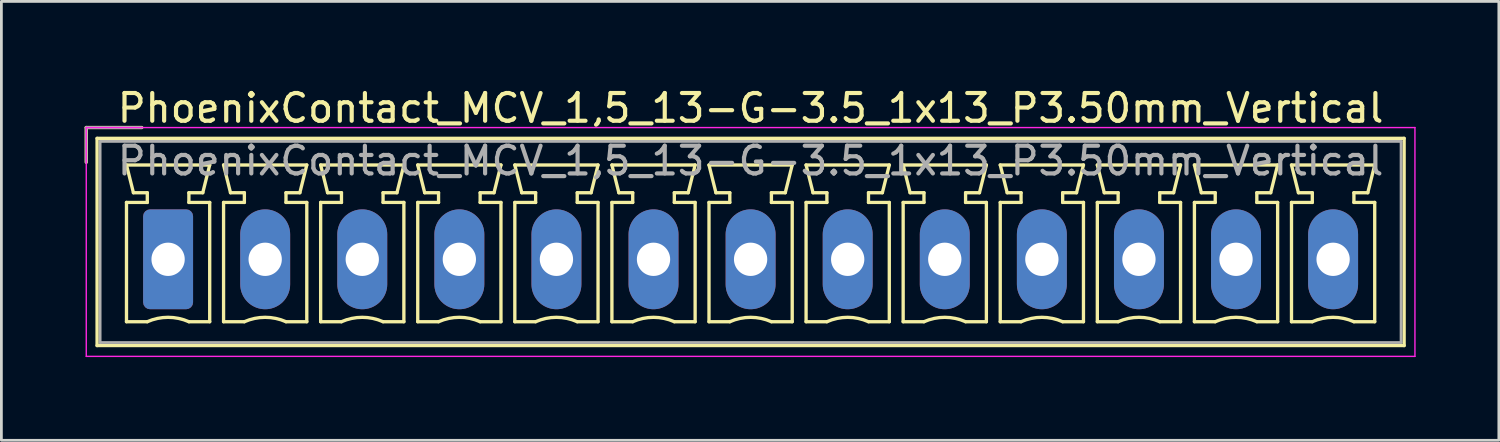
<source format=kicad_pcb>
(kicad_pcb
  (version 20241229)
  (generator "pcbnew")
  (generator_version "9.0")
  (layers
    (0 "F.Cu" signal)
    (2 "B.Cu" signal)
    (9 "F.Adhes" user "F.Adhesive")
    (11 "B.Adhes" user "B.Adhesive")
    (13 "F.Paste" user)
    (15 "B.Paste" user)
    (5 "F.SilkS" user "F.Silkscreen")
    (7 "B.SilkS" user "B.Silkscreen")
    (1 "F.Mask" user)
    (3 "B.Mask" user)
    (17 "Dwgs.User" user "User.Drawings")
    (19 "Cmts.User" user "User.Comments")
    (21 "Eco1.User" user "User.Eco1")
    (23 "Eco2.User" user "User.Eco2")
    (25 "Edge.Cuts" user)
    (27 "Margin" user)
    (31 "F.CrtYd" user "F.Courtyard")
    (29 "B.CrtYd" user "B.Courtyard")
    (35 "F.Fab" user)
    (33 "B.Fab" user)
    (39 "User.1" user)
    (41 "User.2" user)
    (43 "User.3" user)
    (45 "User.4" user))
  (footprint "PhoenixContact_MCV_1,5_13-G-3.5_1x13_P3.50mm_Vertical"
    (layer "F.Cu")
    (at 3.01 6.298)
    (property "Reference" "PhoenixContact_MCV_1,5_13-G-3.5_1x13_P3.50mm_Vertical" (at 21 -5.45 0) (layer "F.SilkS") (effects (font (size 1 1) (thickness 0.15))))
    (attr through_hole)
    (fp_line (start -2.95 -4.75) (end -0.95 -4.75) (stroke (width 0.12) (type solid)) (layer "F.SilkS"))
    (fp_line (start -2.95 -3.5) (end -2.95 -4.75) (stroke (width 0.12) (type solid)) (layer "F.SilkS"))
    (fp_line (start -2.56 -4.36) (end -2.56 3.11) (stroke (width 0.12) (type solid)) (layer "F.SilkS"))
    (fp_line (start -2.56 3.11) (end 44.56 3.11) (stroke (width 0.12) (type solid)) (layer "F.SilkS"))
    (fp_line (start -1.5 -3.4) (end 1.5 -3.4) (stroke (width 0.12) (type solid)) (layer "F.SilkS"))
    (fp_line (start -1.5 -2.05) (end -0.75 -2.05) (stroke (width 0.12) (type solid)) (layer "F.SilkS"))
    (fp_line (start -1.5 2.25) (end -1.5 -2.05) (stroke (width 0.12) (type solid)) (layer "F.SilkS"))
    (fp_line (start -1.25 -2.4) (end -1.5 -3.4) (stroke (width 0.12) (type solid)) (layer "F.SilkS"))
    (fp_line (start -0.75 -2.4) (end -1.25 -2.4) (stroke (width 0.12) (type solid)) (layer "F.SilkS"))
    (fp_line (start -0.75 -2.05) (end -0.75 -2.4) (stroke (width 0.12) (type solid)) (layer "F.SilkS"))
    (fp_line (start -0.75 2.25) (end -1.5 2.25) (stroke (width 0.12) (type solid)) (layer "F.SilkS"))
    (fp_line (start 0.75 -2.4) (end 0.75 -2.05) (stroke (width 0.12) (type solid)) (layer "F.SilkS"))
    (fp_line (start 0.75 -2.05) (end 1.5 -2.05) (stroke (width 0.12) (type solid)) (layer "F.SilkS"))
    (fp_line (start 1.25 -2.4) (end 0.75 -2.4) (stroke (width 0.12) (type solid)) (layer "F.SilkS"))
    (fp_line (start 1.5 -3.4) (end 1.25 -2.4) (stroke (width 0.12) (type solid)) (layer "F.SilkS"))
    (fp_line (start 1.5 -2.05) (end 1.5 2.25) (stroke (width 0.12) (type solid)) (layer "F.SilkS"))
    (fp_line (start 1.5 2.25) (end 0.75 2.25) (stroke (width 0.12) (type solid)) (layer "F.SilkS"))
    (fp_line (start 2 -3.4) (end 5 -3.4) (stroke (width 0.12) (type solid)) (layer "F.SilkS"))
    (fp_line (start 2 -2.05) (end 2.75 -2.05) (stroke (width 0.12) (type solid)) (layer "F.SilkS"))
    (fp_line (start 2 2.25) (end 2 -2.05) (stroke (width 0.12) (type solid)) (layer "F.SilkS"))
    (fp_line (start 2.25 -2.4) (end 2 -3.4) (stroke (width 0.12) (type solid)) (layer "F.SilkS"))
    (fp_line (start 2.75 -2.4) (end 2.25 -2.4) (stroke (width 0.12) (type solid)) (layer "F.SilkS"))
    (fp_line (start 2.75 -2.05) (end 2.75 -2.4) (stroke (width 0.12) (type solid)) (layer "F.SilkS"))
    (fp_line (start 2.75 2.25) (end 2 2.25) (stroke (width 0.12) (type solid)) (layer "F.SilkS"))
    (fp_line (start 4.25 -2.4) (end 4.25 -2.05) (stroke (width 0.12) (type solid)) (layer "F.SilkS"))
    (fp_line (start 4.25 -2.05) (end 5 -2.05) (stroke (width 0.12) (type solid)) (layer "F.SilkS"))
    (fp_line (start 4.75 -2.4) (end 4.25 -2.4) (stroke (width 0.12) (type solid)) (layer "F.SilkS"))
    (fp_line (start 5 -3.4) (end 4.75 -2.4) (stroke (width 0.12) (type solid)) (layer "F.SilkS"))
    (fp_line (start 5 -2.05) (end 5 2.25) (stroke (width 0.12) (type solid)) (layer "F.SilkS"))
    (fp_line (start 5 2.25) (end 4.25 2.25) (stroke (width 0.12) (type solid)) (layer "F.SilkS"))
    (fp_line (start 5.5 -3.4) (end 8.5 -3.4) (stroke (width 0.12) (type solid)) (layer "F.SilkS"))
    (fp_line (start 5.5 -2.05) (end 6.25 -2.05) (stroke (width 0.12) (type solid)) (layer "F.SilkS"))
    (fp_line (start 5.5 2.25) (end 5.5 -2.05) (stroke (width 0.12) (type solid)) (layer "F.SilkS"))
    (fp_line (start 5.75 -2.4) (end 5.5 -3.4) (stroke (width 0.12) (type solid)) (layer "F.SilkS"))
    (fp_line (start 6.25 -2.4) (end 5.75 -2.4) (stroke (width 0.12) (type solid)) (layer "F.SilkS"))
    (fp_line (start 6.25 -2.05) (end 6.25 -2.4) (stroke (width 0.12) (type solid)) (layer "F.SilkS"))
    (fp_line (start 6.25 2.25) (end 5.5 2.25) (stroke (width 0.12) (type solid)) (layer "F.SilkS"))
    (fp_line (start 7.75 -2.4) (end 7.75 -2.05) (stroke (width 0.12) (type solid)) (layer "F.SilkS"))
    (fp_line (start 7.75 -2.05) (end 8.5 -2.05) (stroke (width 0.12) (type solid)) (layer "F.SilkS"))
    (fp_line (start 8.25 -2.4) (end 7.75 -2.4) (stroke (width 0.12) (type solid)) (layer "F.SilkS"))
    (fp_line (start 8.5 -3.4) (end 8.25 -2.4) (stroke (width 0.12) (type solid)) (layer "F.SilkS"))
    (fp_line (start 8.5 -2.05) (end 8.5 2.25) (stroke (width 0.12) (type solid)) (layer "F.SilkS"))
    (fp_line (start 8.5 2.25) (end 7.75 2.25) (stroke (width 0.12) (type solid)) (layer "F.SilkS"))
    (fp_line (start 9 -3.4) (end 12 -3.4) (stroke (width 0.12) (type solid)) (layer "F.SilkS"))
    (fp_line (start 9 -2.05) (end 9.75 -2.05) (stroke (width 0.12) (type solid)) (layer "F.SilkS"))
    (fp_line (start 9 2.25) (end 9 -2.05) (stroke (width 0.12) (type solid)) (layer "F.SilkS"))
    (fp_line (start 9.25 -2.4) (end 9 -3.4) (stroke (width 0.12) (type solid)) (layer "F.SilkS"))
    (fp_line (start 9.75 -2.4) (end 9.25 -2.4) (stroke (width 0.12) (type solid)) (layer "F.SilkS"))
    (fp_line (start 9.75 -2.05) (end 9.75 -2.4) (stroke (width 0.12) (type solid)) (layer "F.SilkS"))
    (fp_line (start 9.75 2.25) (end 9 2.25) (stroke (width 0.12) (type solid)) (layer "F.SilkS"))
    (fp_line (start 11.25 -2.4) (end 11.25 -2.05) (stroke (width 0.12) (type solid)) (layer "F.SilkS"))
    (fp_line (start 11.25 -2.05) (end 12 -2.05) (stroke (width 0.12) (type solid)) (layer "F.SilkS"))
    (fp_line (start 11.75 -2.4) (end 11.25 -2.4) (stroke (width 0.12) (type solid)) (layer "F.SilkS"))
    (fp_line (start 12 -3.4) (end 11.75 -2.4) (stroke (width 0.12) (type solid)) (layer "F.SilkS"))
    (fp_line (start 12 -2.05) (end 12 2.25) (stroke (width 0.12) (type solid)) (layer "F.SilkS"))
    (fp_line (start 12 2.25) (end 11.25 2.25) (stroke (width 0.12) (type solid)) (layer "F.SilkS"))
    (fp_line (start 12.5 -3.4) (end 15.5 -3.4) (stroke (width 0.12) (type solid)) (layer "F.SilkS"))
    (fp_line (start 12.5 -2.05) (end 13.25 -2.05) (stroke (width 0.12) (type solid)) (layer "F.SilkS"))
    (fp_line (start 12.5 2.25) (end 12.5 -2.05) (stroke (width 0.12) (type solid)) (layer "F.SilkS"))
    (fp_line (start 12.75 -2.4) (end 12.5 -3.4) (stroke (width 0.12) (type solid)) (layer "F.SilkS"))
    (fp_line (start 13.25 -2.4) (end 12.75 -2.4) (stroke (width 0.12) (type solid)) (layer "F.SilkS"))
    (fp_line (start 13.25 -2.05) (end 13.25 -2.4) (stroke (width 0.12) (type solid)) (layer "F.SilkS"))
    (fp_line (start 13.25 2.25) (end 12.5 2.25) (stroke (width 0.12) (type solid)) (layer "F.SilkS"))
    (fp_line (start 14.75 -2.4) (end 14.75 -2.05) (stroke (width 0.12) (type solid)) (layer "F.SilkS"))
    (fp_line (start 14.75 -2.05) (end 15.5 -2.05) (stroke (width 0.12) (type solid)) (layer "F.SilkS"))
    (fp_line (start 15.25 -2.4) (end 14.75 -2.4) (stroke (width 0.12) (type solid)) (layer "F.SilkS"))
    (fp_line (start 15.5 -3.4) (end 15.25 -2.4) (stroke (width 0.12) (type solid)) (layer "F.SilkS"))
    (fp_line (start 15.5 -2.05) (end 15.5 2.25) (stroke (width 0.12) (type solid)) (layer "F.SilkS"))
    (fp_line (start 15.5 2.25) (end 14.75 2.25) (stroke (width 0.12) (type solid)) (layer "F.SilkS"))
    (fp_line (start 16 -3.4) (end 19 -3.4) (stroke (width 0.12) (type solid)) (layer "F.SilkS"))
    (fp_line (start 16 -2.05) (end 16.75 -2.05) (stroke (width 0.12) (type solid)) (layer "F.SilkS"))
    (fp_line (start 16 2.25) (end 16 -2.05) (stroke (width 0.12) (type solid)) (layer "F.SilkS"))
    (fp_line (start 16.25 -2.4) (end 16 -3.4) (stroke (width 0.12) (type solid)) (layer "F.SilkS"))
    (fp_line (start 16.75 -2.4) (end 16.25 -2.4) (stroke (width 0.12) (type solid)) (layer "F.SilkS"))
    (fp_line (start 16.75 -2.05) (end 16.75 -2.4) (stroke (width 0.12) (type solid)) (layer "F.SilkS"))
    (fp_line (start 16.75 2.25) (end 16 2.25) (stroke (width 0.12) (type solid)) (layer "F.SilkS"))
    (fp_line (start 18.25 -2.4) (end 18.25 -2.05) (stroke (width 0.12) (type solid)) (layer "F.SilkS"))
    (fp_line (start 18.25 -2.05) (end 19 -2.05) (stroke (width 0.12) (type solid)) (layer "F.SilkS"))
    (fp_line (start 18.75 -2.4) (end 18.25 -2.4) (stroke (width 0.12) (type solid)) (layer "F.SilkS"))
    (fp_line (start 19 -3.4) (end 18.75 -2.4) (stroke (width 0.12) (type solid)) (layer "F.SilkS"))
    (fp_line (start 19 -2.05) (end 19 2.25) (stroke (width 0.12) (type solid)) (layer "F.SilkS"))
    (fp_line (start 19 2.25) (end 18.25 2.25) (stroke (width 0.12) (type solid)) (layer "F.SilkS"))
    (fp_line (start 19.5 -3.4) (end 22.5 -3.4) (stroke (width 0.12) (type solid)) (layer "F.SilkS"))
    (fp_line (start 19.5 -2.05) (end 20.25 -2.05) (stroke (width 0.12) (type solid)) (layer "F.SilkS"))
    (fp_line (start 19.5 2.25) (end 19.5 -2.05) (stroke (width 0.12) (type solid)) (layer "F.SilkS"))
    (fp_line (start 19.75 -2.4) (end 19.5 -3.4) (stroke (width 0.12) (type solid)) (layer "F.SilkS"))
    (fp_line (start 20.25 -2.4) (end 19.75 -2.4) (stroke (width 0.12) (type solid)) (layer "F.SilkS"))
    (fp_line (start 20.25 -2.05) (end 20.25 -2.4) (stroke (width 0.12) (type solid)) (layer "F.SilkS"))
    (fp_line (start 20.25 2.25) (end 19.5 2.25) (stroke (width 0.12) (type solid)) (layer "F.SilkS"))
    (fp_line (start 21.75 -2.4) (end 21.75 -2.05) (stroke (width 0.12) (type solid)) (layer "F.SilkS"))
    (fp_line (start 21.75 -2.05) (end 22.5 -2.05) (stroke (width 0.12) (type solid)) (layer "F.SilkS"))
    (fp_line (start 22.25 -2.4) (end 21.75 -2.4) (stroke (width 0.12) (type solid)) (layer "F.SilkS"))
    (fp_line (start 22.5 -3.4) (end 22.25 -2.4) (stroke (width 0.12) (type solid)) (layer "F.SilkS"))
    (fp_line (start 22.5 -2.05) (end 22.5 2.25) (stroke (width 0.12) (type solid)) (layer "F.SilkS"))
    (fp_line (start 22.5 2.25) (end 21.75 2.25) (stroke (width 0.12) (type solid)) (layer "F.SilkS"))
    (fp_line (start 23 -3.4) (end 26 -3.4) (stroke (width 0.12) (type solid)) (layer "F.SilkS"))
    (fp_line (start 23 -2.05) (end 23.75 -2.05) (stroke (width 0.12) (type solid)) (layer "F.SilkS"))
    (fp_line (start 23 2.25) (end 23 -2.05) (stroke (width 0.12) (type solid)) (layer "F.SilkS"))
    (fp_line (start 23.25 -2.4) (end 23 -3.4) (stroke (width 0.12) (type solid)) (layer "F.SilkS"))
    (fp_line (start 23.75 -2.4) (end 23.25 -2.4) (stroke (width 0.12) (type solid)) (layer "F.SilkS"))
    (fp_line (start 23.75 -2.05) (end 23.75 -2.4) (stroke (width 0.12) (type solid)) (layer "F.SilkS"))
    (fp_line (start 23.75 2.25) (end 23 2.25) (stroke (width 0.12) (type solid)) (layer "F.SilkS"))
    (fp_line (start 25.25 -2.4) (end 25.25 -2.05) (stroke (width 0.12) (type solid)) (layer "F.SilkS"))
    (fp_line (start 25.25 -2.05) (end 26 -2.05) (stroke (width 0.12) (type solid)) (layer "F.SilkS"))
    (fp_line (start 25.75 -2.4) (end 25.25 -2.4) (stroke (width 0.12) (type solid)) (layer "F.SilkS"))
    (fp_line (start 26 -3.4) (end 25.75 -2.4) (stroke (width 0.12) (type solid)) (layer "F.SilkS"))
    (fp_line (start 26 -2.05) (end 26 2.25) (stroke (width 0.12) (type solid)) (layer "F.SilkS"))
    (fp_line (start 26 2.25) (end 25.25 2.25) (stroke (width 0.12) (type solid)) (layer "F.SilkS"))
    (fp_line (start 26.5 -3.4) (end 29.5 -3.4) (stroke (width 0.12) (type solid)) (layer "F.SilkS"))
    (fp_line (start 26.5 -2.05) (end 27.25 -2.05) (stroke (width 0.12) (type solid)) (layer "F.SilkS"))
    (fp_line (start 26.5 2.25) (end 26.5 -2.05) (stroke (width 0.12) (type solid)) (layer "F.SilkS"))
    (fp_line (start 26.75 -2.4) (end 26.5 -3.4) (stroke (width 0.12) (type solid)) (layer "F.SilkS"))
    (fp_line (start 27.25 -2.4) (end 26.75 -2.4) (stroke (width 0.12) (type solid)) (layer "F.SilkS"))
    (fp_line (start 27.25 -2.05) (end 27.25 -2.4) (stroke (width 0.12) (type solid)) (layer "F.SilkS"))
    (fp_line (start 27.25 2.25) (end 26.5 2.25) (stroke (width 0.12) (type solid)) (layer "F.SilkS"))
    (fp_line (start 28.75 -2.4) (end 28.75 -2.05) (stroke (width 0.12) (type solid)) (layer "F.SilkS"))
    (fp_line (start 28.75 -2.05) (end 29.5 -2.05) (stroke (width 0.12) (type solid)) (layer "F.SilkS"))
    (fp_line (start 29.25 -2.4) (end 28.75 -2.4) (stroke (width 0.12) (type solid)) (layer "F.SilkS"))
    (fp_line (start 29.5 -3.4) (end 29.25 -2.4) (stroke (width 0.12) (type solid)) (layer "F.SilkS"))
    (fp_line (start 29.5 -2.05) (end 29.5 2.25) (stroke (width 0.12) (type solid)) (layer "F.SilkS"))
    (fp_line (start 29.5 2.25) (end 28.75 2.25) (stroke (width 0.12) (type solid)) (layer "F.SilkS"))
    (fp_line (start 30 -3.4) (end 33 -3.4) (stroke (width 0.12) (type solid)) (layer "F.SilkS"))
    (fp_line (start 30 -2.05) (end 30.75 -2.05) (stroke (width 0.12) (type solid)) (layer "F.SilkS"))
    (fp_line (start 30 2.25) (end 30 -2.05) (stroke (width 0.12) (type solid)) (layer "F.SilkS"))
    (fp_line (start 30.25 -2.4) (end 30 -3.4) (stroke (width 0.12) (type solid)) (layer "F.SilkS"))
    (fp_line (start 30.75 -2.4) (end 30.25 -2.4) (stroke (width 0.12) (type solid)) (layer "F.SilkS"))
    (fp_line (start 30.75 -2.05) (end 30.75 -2.4) (stroke (width 0.12) (type solid)) (layer "F.SilkS"))
    (fp_line (start 30.75 2.25) (end 30 2.25) (stroke (width 0.12) (type solid)) (layer "F.SilkS"))
    (fp_line (start 32.25 -2.4) (end 32.25 -2.05) (stroke (width 0.12) (type solid)) (layer "F.SilkS"))
    (fp_line (start 32.25 -2.05) (end 33 -2.05) (stroke (width 0.12) (type solid)) (layer "F.SilkS"))
    (fp_line (start 32.75 -2.4) (end 32.25 -2.4) (stroke (width 0.12) (type solid)) (layer "F.SilkS"))
    (fp_line (start 33 -3.4) (end 32.75 -2.4) (stroke (width 0.12) (type solid)) (layer "F.SilkS"))
    (fp_line (start 33 -2.05) (end 33 2.25) (stroke (width 0.12) (type solid)) (layer "F.SilkS"))
    (fp_line (start 33 2.25) (end 32.25 2.25) (stroke (width 0.12) (type solid)) (layer "F.SilkS"))
    (fp_line (start 33.5 -3.4) (end 36.5 -3.4) (stroke (width 0.12) (type solid)) (layer "F.SilkS"))
    (fp_line (start 33.5 -2.05) (end 34.25 -2.05) (stroke (width 0.12) (type solid)) (layer "F.SilkS"))
    (fp_line (start 33.5 2.25) (end 33.5 -2.05) (stroke (width 0.12) (type solid)) (layer "F.SilkS"))
    (fp_line (start 33.75 -2.4) (end 33.5 -3.4) (stroke (width 0.12) (type solid)) (layer "F.SilkS"))
    (fp_line (start 34.25 -2.4) (end 33.75 -2.4) (stroke (width 0.12) (type solid)) (layer "F.SilkS"))
    (fp_line (start 34.25 -2.05) (end 34.25 -2.4) (stroke (width 0.12) (type solid)) (layer "F.SilkS"))
    (fp_line (start 34.25 2.25) (end 33.5 2.25) (stroke (width 0.12) (type solid)) (layer "F.SilkS"))
    (fp_line (start 35.75 -2.4) (end 35.75 -2.05) (stroke (width 0.12) (type solid)) (layer "F.SilkS"))
    (fp_line (start 35.75 -2.05) (end 36.5 -2.05) (stroke (width 0.12) (type solid)) (layer "F.SilkS"))
    (fp_line (start 36.25 -2.4) (end 35.75 -2.4) (stroke (width 0.12) (type solid)) (layer "F.SilkS"))
    (fp_line (start 36.5 -3.4) (end 36.25 -2.4) (stroke (width 0.12) (type solid)) (layer "F.SilkS"))
    (fp_line (start 36.5 -2.05) (end 36.5 2.25) (stroke (width 0.12) (type solid)) (layer "F.SilkS"))
    (fp_line (start 36.5 2.25) (end 35.75 2.25) (stroke (width 0.12) (type solid)) (layer "F.SilkS"))
    (fp_line (start 37 -3.4) (end 40 -3.4) (stroke (width 0.12) (type solid)) (layer "F.SilkS"))
    (fp_line (start 37 -2.05) (end 37.75 -2.05) (stroke (width 0.12) (type solid)) (layer "F.SilkS"))
    (fp_line (start 37 2.25) (end 37 -2.05) (stroke (width 0.12) (type solid)) (layer "F.SilkS"))
    (fp_line (start 37.25 -2.4) (end 37 -3.4) (stroke (width 0.12) (type solid)) (layer "F.SilkS"))
    (fp_line (start 37.75 -2.4) (end 37.25 -2.4) (stroke (width 0.12) (type solid)) (layer "F.SilkS"))
    (fp_line (start 37.75 -2.05) (end 37.75 -2.4) (stroke (width 0.12) (type solid)) (layer "F.SilkS"))
    (fp_line (start 37.75 2.25) (end 37 2.25) (stroke (width 0.12) (type solid)) (layer "F.SilkS"))
    (fp_line (start 39.25 -2.4) (end 39.25 -2.05) (stroke (width 0.12) (type solid)) (layer "F.SilkS"))
    (fp_line (start 39.25 -2.05) (end 40 -2.05) (stroke (width 0.12) (type solid)) (layer "F.SilkS"))
    (fp_line (start 39.75 -2.4) (end 39.25 -2.4) (stroke (width 0.12) (type solid)) (layer "F.SilkS"))
    (fp_line (start 40 -3.4) (end 39.75 -2.4) (stroke (width 0.12) (type solid)) (layer "F.SilkS"))
    (fp_line (start 40 -2.05) (end 40 2.25) (stroke (width 0.12) (type solid)) (layer "F.SilkS"))
    (fp_line (start 40 2.25) (end 39.25 2.25) (stroke (width 0.12) (type solid)) (layer "F.SilkS"))
    (fp_line (start 40.5 -3.4) (end 43.5 -3.4) (stroke (width 0.12) (type solid)) (layer "F.SilkS"))
    (fp_line (start 40.5 -2.05) (end 41.25 -2.05) (stroke (width 0.12) (type solid)) (layer "F.SilkS"))
    (fp_line (start 40.5 2.25) (end 40.5 -2.05) (stroke (width 0.12) (type solid)) (layer "F.SilkS"))
    (fp_line (start 40.75 -2.4) (end 40.5 -3.4) (stroke (width 0.12) (type solid)) (layer "F.SilkS"))
    (fp_line (start 41.25 -2.4) (end 40.75 -2.4) (stroke (width 0.12) (type solid)) (layer "F.SilkS"))
    (fp_line (start 41.25 -2.05) (end 41.25 -2.4) (stroke (width 0.12) (type solid)) (layer "F.SilkS"))
    (fp_line (start 41.25 2.25) (end 40.5 2.25) (stroke (width 0.12) (type solid)) (layer "F.SilkS"))
    (fp_line (start 42.75 -2.4) (end 42.75 -2.05) (stroke (width 0.12) (type solid)) (layer "F.SilkS"))
    (fp_line (start 42.75 -2.05) (end 43.5 -2.05) (stroke (width 0.12) (type solid)) (layer "F.SilkS"))
    (fp_line (start 43.25 -2.4) (end 42.75 -2.4) (stroke (width 0.12) (type solid)) (layer "F.SilkS"))
    (fp_line (start 43.5 -3.4) (end 43.25 -2.4) (stroke (width 0.12) (type solid)) (layer "F.SilkS"))
    (fp_line (start 43.5 -2.05) (end 43.5 2.25) (stroke (width 0.12) (type solid)) (layer "F.SilkS"))
    (fp_line (start 43.5 2.25) (end 42.75 2.25) (stroke (width 0.12) (type solid)) (layer "F.SilkS"))
    (fp_line (start 44.56 -4.36) (end -2.56 -4.36) (stroke (width 0.12) (type solid)) (layer "F.SilkS"))
    (fp_line (start 44.56 3.11) (end 44.56 -4.36) (stroke (width 0.12) (type solid)) (layer "F.SilkS"))
    (fp_arc (start -0.75 2.25) (mid -0.000193 2.09191) (end 0.749647 2.249844) (stroke (width 0.12) (type solid)) (layer "F.SilkS"))
    (fp_arc (start 2.75 2.25) (mid 3.499807 2.09191) (end 4.249647 2.249844) (stroke (width 0.12) (type solid)) (layer "F.SilkS"))
    (fp_arc (start 6.25 2.25) (mid 6.999807 2.09191) (end 7.749647 2.249844) (stroke (width 0.12) (type solid)) (layer "F.SilkS"))
    (fp_arc (start 9.75 2.25) (mid 10.499807 2.09191) (end 11.249647 2.249844) (stroke (width 0.12) (type solid)) (layer "F.SilkS"))
    (fp_arc (start 13.25 2.25) (mid 13.999807 2.09191) (end 14.749647 2.249844) (stroke (width 0.12) (type solid)) (layer "F.SilkS"))
    (fp_arc (start 16.75 2.25) (mid 17.499807 2.09191) (end 18.249647 2.249844) (stroke (width 0.12) (type solid)) (layer "F.SilkS"))
    (fp_arc (start 20.25 2.25) (mid 20.999807 2.09191) (end 21.749647 2.249844) (stroke (width 0.12) (type solid)) (layer "F.SilkS"))
    (fp_arc (start 23.75 2.25) (mid 24.499807 2.09191) (end 25.249647 2.249844) (stroke (width 0.12) (type solid)) (layer "F.SilkS"))
    (fp_arc (start 27.25 2.25) (mid 27.999807 2.09191) (end 28.749647 2.249844) (stroke (width 0.12) (type solid)) (layer "F.SilkS"))
    (fp_arc (start 30.75 2.25) (mid 31.499807 2.09191) (end 32.249647 2.249844) (stroke (width 0.12) (type solid)) (layer "F.SilkS"))
    (fp_arc (start 34.25 2.25) (mid 34.999807 2.09191) (end 35.749647 2.249844) (stroke (width 0.12) (type solid)) (layer "F.SilkS"))
    (fp_arc (start 37.75 2.25) (mid 38.499807 2.09191) (end 39.249647 2.249844) (stroke (width 0.12) (type solid)) (layer "F.SilkS"))
    (fp_arc (start 41.25 2.25) (mid 41.999807 2.09191) (end 42.749647 2.249844) (stroke (width 0.12) (type solid)) (layer "F.SilkS"))
    (fp_line (start -2.95 -4.75) (end -2.95 3.5) (stroke (width 0.05) (type solid)) (layer "F.CrtYd"))
    (fp_line (start -2.95 3.5) (end 44.95 3.5) (stroke (width 0.05) (type solid)) (layer "F.CrtYd"))
    (fp_line (start 44.95 -4.75) (end -2.95 -4.75) (stroke (width 0.05) (type solid)) (layer "F.CrtYd"))
    (fp_line (start 44.95 3.5) (end 44.95 -4.75) (stroke (width 0.05) (type solid)) (layer "F.CrtYd"))
    (fp_line (start -2.95 -4.75) (end -0.95 -4.75) (stroke (width 0.1) (type solid)) (layer "F.Fab"))
    (fp_line (start -2.95 -3.5) (end -2.95 -4.75) (stroke (width 0.1) (type solid)) (layer "F.Fab"))
    (fp_line (start -2.45 -4.25) (end -2.45 3) (stroke (width 0.1) (type solid)) (layer "F.Fab"))
    (fp_line (start -2.45 3) (end 44.45 3) (stroke (width 0.1) (type solid)) (layer "F.Fab"))
    (fp_line (start 44.45 -4.25) (end -2.45 -4.25) (stroke (width 0.1) (type solid)) (layer "F.Fab"))
    (fp_line (start 44.45 3) (end 44.45 -4.25) (stroke (width 0.1) (type solid)) (layer "F.Fab"))
    (fp_text user "${REFERENCE}" (at 21 -3.55 0) (layer "F.Fab") (effects (font (size 1 1) (thickness 0.15))))
    (pad "1" thru_hole roundrect (at 0 0) (size 1.8 3.6) (drill 1.2) (layers "*.Cu" "*.Mask") (roundrect_rratio 0.139))
    (pad "2" thru_hole oval (at 3.5 0) (size 1.8 3.6) (drill 1.2) (layers "*.Cu" "*.Mask"))
    (pad "3" thru_hole oval (at 7 0) (size 1.8 3.6) (drill 1.2) (layers "*.Cu" "*.Mask"))
    (pad "4" thru_hole oval (at 10.5 0) (size 1.8 3.6) (drill 1.2) (layers "*.Cu" "*.Mask"))
    (pad "5" thru_hole oval (at 14 0) (size 1.8 3.6) (drill 1.2) (layers "*.Cu" "*.Mask"))
    (pad "6" thru_hole oval (at 17.5 0) (size 1.8 3.6) (drill 1.2) (layers "*.Cu" "*.Mask"))
    (pad "7" thru_hole oval (at 21 0) (size 1.8 3.6) (drill 1.2) (layers "*.Cu" "*.Mask"))
    (pad "8" thru_hole oval (at 24.5 0) (size 1.8 3.6) (drill 1.2) (layers "*.Cu" "*.Mask"))
    (pad "9" thru_hole oval (at 28 0) (size 1.8 3.6) (drill 1.2) (layers "*.Cu" "*.Mask"))
    (pad "10" thru_hole oval (at 31.5 0) (size 1.8 3.6) (drill 1.2) (layers "*.Cu" "*.Mask"))
    (pad "11" thru_hole oval (at 35 0) (size 1.8 3.6) (drill 1.2) (layers "*.Cu" "*.Mask"))
    (pad "12" thru_hole oval (at 38.5 0) (size 1.8 3.6) (drill 1.2) (layers "*.Cu" "*.Mask"))
    (pad "13" thru_hole oval (at 42 0) (size 1.8 3.6) (drill 1.2) (layers "*.Cu" "*.Mask")))
  (gr_rect
    (start -3 -3)
    (end 50.985 12.823)
    (stroke (width 0.1) (type default))
    (fill no)
    (layer "Edge.Cuts")))
</source>
